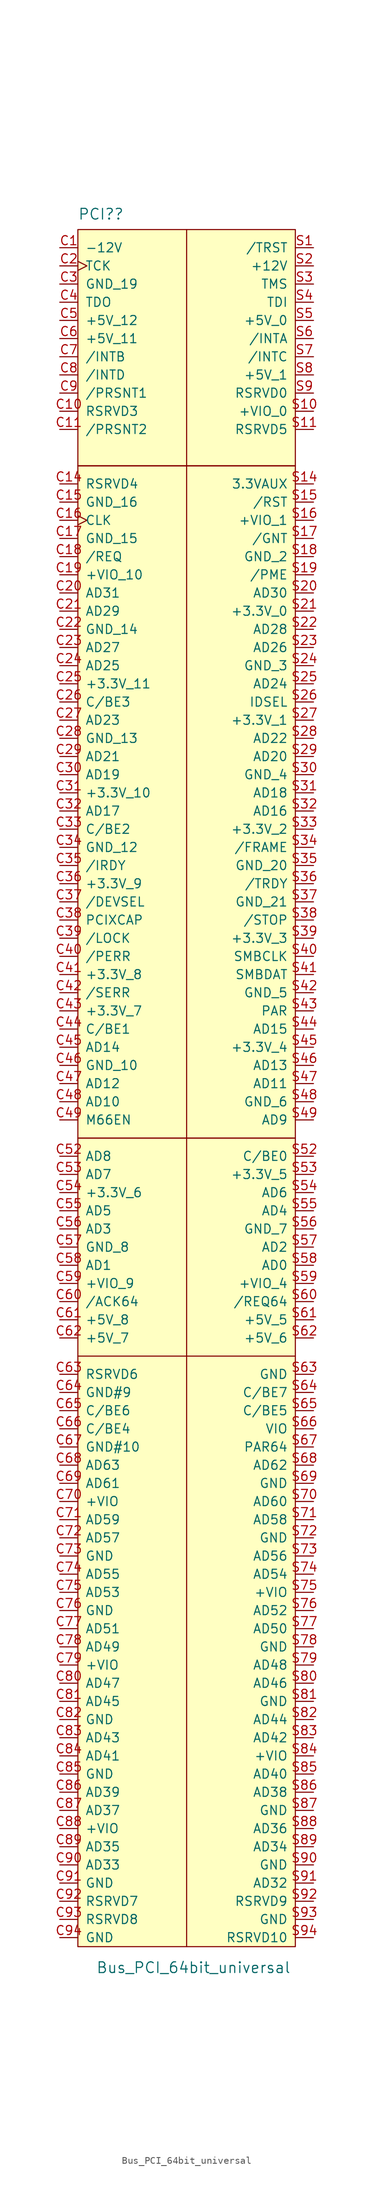
<source format=kicad_sym>
(kicad_symbol_lib
  (version 20211014)
  (generator kicad_symbol_editor)
  (symbol "Bus_PCI_64bit_universal"
    (pin_names
      (offset 1.016))
    (property "Reference" "PCI?"
      (at -15.24 120.65 0)
      (effects (font (size 1.499 1.499)) (justify left bottom)))
    (property "Value" "Bus_PCI_64bit_universal"
      (at -12.7 -124.46 0)
      (effects (font (size 1.499 1.499)) (justify left bottom)))
    (symbol "Bus_PCI_64bit_universal_0_0"
      (rectangle (start -15.24 119.38) (end 15.24 86.36) (stroke (width 0) (type default) (color 0 0 0 0)) (fill (type background))))
    (symbol "Bus_PCI_64bit_universal_1_0"
      (rectangle (start -15.24 -7.62) (end 15.24 -120.65) (stroke (width 0) (type default) (color 0 0 0 0)) (fill (type background)))
      (rectangle (start -15.24 86.36) (end 15.24 -7.62) (stroke (width 0) (type default) (color 0 0 0 0)) (fill (type background)))
      (polyline (pts (xy -15.24 -38.1) (xy 0 -38.1)) (stroke (width 0) (type default) (color 0 0 0 0)) (fill (type none)))
      (polyline (pts (xy 0 -120.65) (xy 0 119.38)) (stroke (width 0) (type default) (color 0 0 0 0)) (fill (type none)))
      (polyline (pts (xy 0 -38.1) (xy 15.24 -38.1)) (stroke (width 0) (type default) (color 0 0 0 0)) (fill (type none)))
      (rectangle (start 15.24 86.36) (end -15.24 86.36) (stroke (width 0) (type default) (color 0 0 0 0)) (fill (type none)))
      (pin power_in line (at -17.78 116.84 0) (length 2.54) (name "-12V" (effects (font (size 1.27 1.27)))) (number "C1" (effects (font (size 1.27 1.27)))))
      (pin passive line (at -17.78 93.98 0) (length 2.54) (name "RSRVD3" (effects (font (size 1.27 1.27)))) (number "C10" (effects (font (size 1.27 1.27)))))
      (pin passive line (at -17.78 91.44 0) (length 2.54) (name "/PRSNT2" (effects (font (size 1.27 1.27)))) (number "C11" (effects (font (size 1.27 1.27)))))
      (pin passive line (at -17.78 83.82 0) (length 2.54) (name "RSRVD4" (effects (font (size 1.27 1.27)))) (number "C14" (effects (font (size 1.27 1.27)))))
      (pin power_in line (at -17.78 81.28 0) (length 2.54) (name "GND_16" (effects (font (size 1.27 1.27)))) (number "C15" (effects (font (size 1.27 1.27)))))
      (pin output clock (at -17.78 78.74 0) (length 2.54) (name "CLK" (effects (font (size 1.27 1.27)))) (number "C16" (effects (font (size 1.27 1.27)))))
      (pin power_in line (at -17.78 76.2 0) (length 2.54) (name "GND_15" (effects (font (size 1.27 1.27)))) (number "C17" (effects (font (size 1.27 1.27)))))
      (pin tri_state line (at -17.78 73.66 0) (length 2.54) (name "/REQ" (effects (font (size 1.27 1.27)))) (number "C18" (effects (font (size 1.27 1.27)))))
      (pin power_in line (at -17.78 71.12 0) (length 2.54) (name "+VIO_10" (effects (font (size 1.27 1.27)))) (number "C19" (effects (font (size 1.27 1.27)))))
      (pin output clock (at -17.78 114.3 0) (length 2.54) (name "TCK" (effects (font (size 1.27 1.27)))) (number "C2" (effects (font (size 1.27 1.27)))))
      (pin bidirectional line (at -17.78 68.58 0) (length 2.54) (name "AD31" (effects (font (size 1.27 1.27)))) (number "C20" (effects (font (size 1.27 1.27)))))
      (pin bidirectional line (at -17.78 66.04 0) (length 2.54) (name "AD29" (effects (font (size 1.27 1.27)))) (number "C21" (effects (font (size 1.27 1.27)))))
      (pin power_in line (at -17.78 63.5 0) (length 2.54) (name "GND_14" (effects (font (size 1.27 1.27)))) (number "C22" (effects (font (size 1.27 1.27)))))
      (pin bidirectional line (at -17.78 60.96 0) (length 2.54) (name "AD27" (effects (font (size 1.27 1.27)))) (number "C23" (effects (font (size 1.27 1.27)))))
      (pin bidirectional line (at -17.78 58.42 0) (length 2.54) (name "AD25" (effects (font (size 1.27 1.27)))) (number "C24" (effects (font (size 1.27 1.27)))))
      (pin power_in line (at -17.78 55.88 0) (length 2.54) (name "+3.3V_11" (effects (font (size 1.27 1.27)))) (number "C25" (effects (font (size 1.27 1.27)))))
      (pin passive line (at -17.78 53.34 0) (length 2.54) (name "C/BE3" (effects (font (size 1.27 1.27)))) (number "C26" (effects (font (size 1.27 1.27)))))
      (pin bidirectional line (at -17.78 50.8 0) (length 2.54) (name "AD23" (effects (font (size 1.27 1.27)))) (number "C27" (effects (font (size 1.27 1.27)))))
      (pin power_in line (at -17.78 48.26 0) (length 2.54) (name "GND_13" (effects (font (size 1.27 1.27)))) (number "C28" (effects (font (size 1.27 1.27)))))
      (pin bidirectional line (at -17.78 45.72 0) (length 2.54) (name "AD21" (effects (font (size 1.27 1.27)))) (number "C29" (effects (font (size 1.27 1.27)))))
      (pin power_in line (at -17.78 111.76 0) (length 2.54) (name "GND_19" (effects (font (size 1.27 1.27)))) (number "C3" (effects (font (size 1.27 1.27)))))
      (pin bidirectional line (at -17.78 43.18 0) (length 2.54) (name "AD19" (effects (font (size 1.27 1.27)))) (number "C30" (effects (font (size 1.27 1.27)))))
      (pin power_in line (at -17.78 40.64 0) (length 2.54) (name "+3.3V_10" (effects (font (size 1.27 1.27)))) (number "C31" (effects (font (size 1.27 1.27)))))
      (pin bidirectional line (at -17.78 38.1 0) (length 2.54) (name "AD17" (effects (font (size 1.27 1.27)))) (number "C32" (effects (font (size 1.27 1.27)))))
      (pin tri_state line (at -17.78 35.56 0) (length 2.54) (name "C/BE2" (effects (font (size 1.27 1.27)))) (number "C33" (effects (font (size 1.27 1.27)))))
      (pin power_in line (at -17.78 33.02 0) (length 2.54) (name "GND_12" (effects (font (size 1.27 1.27)))) (number "C34" (effects (font (size 1.27 1.27)))))
      (pin passive line (at -17.78 30.48 0) (length 2.54) (name "/IRDY" (effects (font (size 1.27 1.27)))) (number "C35" (effects (font (size 1.27 1.27)))))
      (pin power_in line (at -17.78 27.94 0) (length 2.54) (name "+3.3V_9" (effects (font (size 1.27 1.27)))) (number "C36" (effects (font (size 1.27 1.27)))))
      (pin passive line (at -17.78 25.4 0) (length 2.54) (name "/DEVSEL" (effects (font (size 1.27 1.27)))) (number "C37" (effects (font (size 1.27 1.27)))))
      (pin passive line (at -17.78 22.86 0) (length 2.54) (name "PCIXCAP" (effects (font (size 1.27 1.27)))) (number "C38" (effects (font (size 1.27 1.27)))))
      (pin passive line (at -17.78 20.32 0) (length 2.54) (name "/LOCK" (effects (font (size 1.27 1.27)))) (number "C39" (effects (font (size 1.27 1.27)))))
      (pin output line (at -17.78 109.22 0) (length 2.54) (name "TDO" (effects (font (size 1.27 1.27)))) (number "C4" (effects (font (size 1.27 1.27)))))
      (pin passive line (at -17.78 17.78 0) (length 2.54) (name "/PERR" (effects (font (size 1.27 1.27)))) (number "C40" (effects (font (size 1.27 1.27)))))
      (pin power_in line (at -17.78 15.24 0) (length 2.54) (name "+3.3V_8" (effects (font (size 1.27 1.27)))) (number "C41" (effects (font (size 1.27 1.27)))))
      (pin passive line (at -17.78 12.7 0) (length 2.54) (name "/SERR" (effects (font (size 1.27 1.27)))) (number "C42" (effects (font (size 1.27 1.27)))))
      (pin power_in line (at -17.78 10.16 0) (length 2.54) (name "+3.3V_7" (effects (font (size 1.27 1.27)))) (number "C43" (effects (font (size 1.27 1.27)))))
      (pin tri_state line (at -17.78 7.62 0) (length 2.54) (name "C/BE1" (effects (font (size 1.27 1.27)))) (number "C44" (effects (font (size 1.27 1.27)))))
      (pin bidirectional line (at -17.78 5.08 0) (length 2.54) (name "AD14" (effects (font (size 1.27 1.27)))) (number "C45" (effects (font (size 1.27 1.27)))))
      (pin power_in line (at -17.78 2.54 0) (length 2.54) (name "GND_10" (effects (font (size 1.27 1.27)))) (number "C46" (effects (font (size 1.27 1.27)))))
      (pin bidirectional line (at -17.78 0 0) (length 2.54) (name "AD12" (effects (font (size 1.27 1.27)))) (number "C47" (effects (font (size 1.27 1.27)))))
      (pin bidirectional line (at -17.78 -2.54 0) (length 2.54) (name "AD10" (effects (font (size 1.27 1.27)))) (number "C48" (effects (font (size 1.27 1.27)))))
      (pin input line (at -17.78 -5.08 0) (length 2.54) (name "M66EN" (effects (font (size 1.27 1.27)))) (number "C49" (effects (font (size 1.27 1.27)))))
      (pin power_in line (at -17.78 106.68 0) (length 2.54) (name "+5V_12" (effects (font (size 1.27 1.27)))) (number "C5" (effects (font (size 1.27 1.27)))))
      (pin bidirectional line (at -17.78 -10.16 0) (length 2.54) (name "AD8" (effects (font (size 1.27 1.27)))) (number "C52" (effects (font (size 1.27 1.27)))))
      (pin bidirectional line (at -17.78 -12.7 0) (length 2.54) (name "AD7" (effects (font (size 1.27 1.27)))) (number "C53" (effects (font (size 1.27 1.27)))))
      (pin power_in line (at -17.78 -15.24 0) (length 2.54) (name "+3.3V_6" (effects (font (size 1.27 1.27)))) (number "C54" (effects (font (size 1.27 1.27)))))
      (pin bidirectional line (at -17.78 -17.78 0) (length 2.54) (name "AD5" (effects (font (size 1.27 1.27)))) (number "C55" (effects (font (size 1.27 1.27)))))
      (pin bidirectional line (at -17.78 -20.32 0) (length 2.54) (name "AD3" (effects (font (size 1.27 1.27)))) (number "C56" (effects (font (size 1.27 1.27)))))
      (pin power_in line (at -17.78 -22.86 0) (length 2.54) (name "GND_8" (effects (font (size 1.27 1.27)))) (number "C57" (effects (font (size 1.27 1.27)))))
      (pin bidirectional line (at -17.78 -25.4 0) (length 2.54) (name "AD1" (effects (font (size 1.27 1.27)))) (number "C58" (effects (font (size 1.27 1.27)))))
      (pin power_in line (at -17.78 -27.94 0) (length 2.54) (name "+VIO_9" (effects (font (size 1.27 1.27)))) (number "C59" (effects (font (size 1.27 1.27)))))
      (pin power_in line (at -17.78 104.14 0) (length 2.54) (name "+5V_11" (effects (font (size 1.27 1.27)))) (number "C6" (effects (font (size 1.27 1.27)))))
      (pin passive line (at -17.78 -30.48 0) (length 2.54) (name "/ACK64" (effects (font (size 1.27 1.27)))) (number "C60" (effects (font (size 1.27 1.27)))))
      (pin power_in line (at -17.78 -33.02 0) (length 2.54) (name "+5V_8" (effects (font (size 1.27 1.27)))) (number "C61" (effects (font (size 1.27 1.27)))))
      (pin power_in line (at -17.78 -35.56 0) (length 2.54) (name "+5V_7" (effects (font (size 1.27 1.27)))) (number "C62" (effects (font (size 1.27 1.27)))))
      (pin input line (at -17.78 101.6 0) (length 2.54) (name "/INTB" (effects (font (size 1.27 1.27)))) (number "C7" (effects (font (size 1.27 1.27)))))
      (pin input line (at -17.78 99.06 0) (length 2.54) (name "/INTD" (effects (font (size 1.27 1.27)))) (number "C8" (effects (font (size 1.27 1.27)))))
      (pin passive line (at -17.78 96.52 0) (length 2.54) (name "/PRSNT1" (effects (font (size 1.27 1.27)))) (number "C9" (effects (font (size 1.27 1.27)))))
      (pin output line (at 17.78 116.84 180) (length 2.54) (name "/TRST" (effects (font (size 1.27 1.27)))) (number "S1" (effects (font (size 1.27 1.27)))))
      (pin power_in line (at 17.78 93.98 180) (length 2.54) (name "+VIO_0" (effects (font (size 1.27 1.27)))) (number "S10" (effects (font (size 1.27 1.27)))))
      (pin passive line (at 17.78 91.44 180) (length 2.54) (name "RSRVD5" (effects (font (size 1.27 1.27)))) (number "S11" (effects (font (size 1.27 1.27)))))
      (pin passive line (at 17.78 83.82 180) (length 2.54) (name "3.3VAUX" (effects (font (size 1.27 1.27)))) (number "S14" (effects (font (size 1.27 1.27)))))
      (pin input line (at 17.78 81.28 180) (length 2.54) (name "/RST" (effects (font (size 1.27 1.27)))) (number "S15" (effects (font (size 1.27 1.27)))))
      (pin power_in line (at 17.78 78.74 180) (length 2.54) (name "+VIO_1" (effects (font (size 1.27 1.27)))) (number "S16" (effects (font (size 1.27 1.27)))))
      (pin passive line (at 17.78 76.2 180) (length 2.54) (name "/GNT" (effects (font (size 1.27 1.27)))) (number "S17" (effects (font (size 1.27 1.27)))))
      (pin power_in line (at 17.78 73.66 180) (length 2.54) (name "GND_2" (effects (font (size 1.27 1.27)))) (number "S18" (effects (font (size 1.27 1.27)))))
      (pin passive line (at 17.78 71.12 180) (length 2.54) (name "/PME" (effects (font (size 1.27 1.27)))) (number "S19" (effects (font (size 1.27 1.27)))))
      (pin power_in line (at 17.78 114.3 180) (length 2.54) (name "+12V" (effects (font (size 1.27 1.27)))) (number "S2" (effects (font (size 1.27 1.27)))))
      (pin bidirectional line (at 17.78 68.58 180) (length 2.54) (name "AD30" (effects (font (size 1.27 1.27)))) (number "S20" (effects (font (size 1.27 1.27)))))
      (pin power_in line (at 17.78 66.04 180) (length 2.54) (name "+3.3V_0" (effects (font (size 1.27 1.27)))) (number "S21" (effects (font (size 1.27 1.27)))))
      (pin bidirectional line (at 17.78 63.5 180) (length 2.54) (name "AD28" (effects (font (size 1.27 1.27)))) (number "S22" (effects (font (size 1.27 1.27)))))
      (pin bidirectional line (at 17.78 60.96 180) (length 2.54) (name "AD26" (effects (font (size 1.27 1.27)))) (number "S23" (effects (font (size 1.27 1.27)))))
      (pin power_in line (at 17.78 58.42 180) (length 2.54) (name "GND_3" (effects (font (size 1.27 1.27)))) (number "S24" (effects (font (size 1.27 1.27)))))
      (pin bidirectional line (at 17.78 55.88 180) (length 2.54) (name "AD24" (effects (font (size 1.27 1.27)))) (number "S25" (effects (font (size 1.27 1.27)))))
      (pin output line (at 17.78 53.34 180) (length 2.54) (name "IDSEL" (effects (font (size 1.27 1.27)))) (number "S26" (effects (font (size 1.27 1.27)))))
      (pin power_in line (at 17.78 50.8 180) (length 2.54) (name "+3.3V_1" (effects (font (size 1.27 1.27)))) (number "S27" (effects (font (size 1.27 1.27)))))
      (pin bidirectional line (at 17.78 48.26 180) (length 2.54) (name "AD22" (effects (font (size 1.27 1.27)))) (number "S28" (effects (font (size 1.27 1.27)))))
      (pin bidirectional line (at 17.78 45.72 180) (length 2.54) (name "AD20" (effects (font (size 1.27 1.27)))) (number "S29" (effects (font (size 1.27 1.27)))))
      (pin output line (at 17.78 111.76 180) (length 2.54) (name "TMS" (effects (font (size 1.27 1.27)))) (number "S3" (effects (font (size 1.27 1.27)))))
      (pin power_in line (at 17.78 43.18 180) (length 2.54) (name "GND_4" (effects (font (size 1.27 1.27)))) (number "S30" (effects (font (size 1.27 1.27)))))
      (pin bidirectional line (at 17.78 40.64 180) (length 2.54) (name "AD18" (effects (font (size 1.27 1.27)))) (number "S31" (effects (font (size 1.27 1.27)))))
      (pin bidirectional line (at 17.78 38.1 180) (length 2.54) (name "AD16" (effects (font (size 1.27 1.27)))) (number "S32" (effects (font (size 1.27 1.27)))))
      (pin power_in line (at 17.78 35.56 180) (length 2.54) (name "+3.3V_2" (effects (font (size 1.27 1.27)))) (number "S33" (effects (font (size 1.27 1.27)))))
      (pin input line (at 17.78 33.02 180) (length 2.54) (name "/FRAME" (effects (font (size 1.27 1.27)))) (number "S34" (effects (font (size 1.27 1.27)))))
      (pin power_in line (at 17.78 30.48 180) (length 2.54) (name "GND_20" (effects (font (size 1.27 1.27)))) (number "S35" (effects (font (size 1.27 1.27)))))
      (pin passive line (at 17.78 27.94 180) (length 2.54) (name "/TRDY" (effects (font (size 1.27 1.27)))) (number "S36" (effects (font (size 1.27 1.27)))))
      (pin passive line (at 17.78 25.4 180) (length 2.54) (name "GND_21" (effects (font (size 1.27 1.27)))) (number "S37" (effects (font (size 1.27 1.27)))))
      (pin passive line (at 17.78 22.86 180) (length 2.54) (name "/STOP" (effects (font (size 1.27 1.27)))) (number "S38" (effects (font (size 1.27 1.27)))))
      (pin passive line (at 17.78 20.32 180) (length 2.54) (name "+3.3V_3" (effects (font (size 1.27 1.27)))) (number "S39" (effects (font (size 1.27 1.27)))))
      (pin input line (at 17.78 109.22 180) (length 2.54) (name "TDI" (effects (font (size 1.27 1.27)))) (number "S4" (effects (font (size 1.27 1.27)))))
      (pin passive line (at 17.78 17.78 180) (length 2.54) (name "SMBCLK" (effects (font (size 1.27 1.27)))) (number "S40" (effects (font (size 1.27 1.27)))))
      (pin passive line (at 17.78 15.24 180) (length 2.54) (name "SMBDAT" (effects (font (size 1.27 1.27)))) (number "S41" (effects (font (size 1.27 1.27)))))
      (pin power_in line (at 17.78 12.7 180) (length 2.54) (name "GND_5" (effects (font (size 1.27 1.27)))) (number "S42" (effects (font (size 1.27 1.27)))))
      (pin tri_state line (at 17.78 10.16 180) (length 2.54) (name "PAR" (effects (font (size 1.27 1.27)))) (number "S43" (effects (font (size 1.27 1.27)))))
      (pin bidirectional line (at 17.78 7.62 180) (length 2.54) (name "AD15" (effects (font (size 1.27 1.27)))) (number "S44" (effects (font (size 1.27 1.27)))))
      (pin power_in line (at 17.78 5.08 180) (length 2.54) (name "+3.3V_4" (effects (font (size 1.27 1.27)))) (number "S45" (effects (font (size 1.27 1.27)))))
      (pin bidirectional line (at 17.78 2.54 180) (length 2.54) (name "AD13" (effects (font (size 1.27 1.27)))) (number "S46" (effects (font (size 1.27 1.27)))))
      (pin bidirectional line (at 17.78 0 180) (length 2.54) (name "AD11" (effects (font (size 1.27 1.27)))) (number "S47" (effects (font (size 1.27 1.27)))))
      (pin power_in line (at 17.78 -2.54 180) (length 2.54) (name "GND_6" (effects (font (size 1.27 1.27)))) (number "S48" (effects (font (size 1.27 1.27)))))
      (pin bidirectional line (at 17.78 -5.08 180) (length 2.54) (name "AD9" (effects (font (size 1.27 1.27)))) (number "S49" (effects (font (size 1.27 1.27)))))
      (pin power_in line (at 17.78 106.68 180) (length 2.54) (name "+5V_0" (effects (font (size 1.27 1.27)))) (number "S5" (effects (font (size 1.27 1.27)))))
      (pin bidirectional line (at 17.78 -10.16 180) (length 2.54) (name "C/BE0" (effects (font (size 1.27 1.27)))) (number "S52" (effects (font (size 1.27 1.27)))))
      (pin power_in line (at 17.78 -12.7 180) (length 2.54) (name "+3.3V_5" (effects (font (size 1.27 1.27)))) (number "S53" (effects (font (size 1.27 1.27)))))
      (pin bidirectional line (at 17.78 -15.24 180) (length 2.54) (name "AD6" (effects (font (size 1.27 1.27)))) (number "S54" (effects (font (size 1.27 1.27)))))
      (pin bidirectional line (at 17.78 -17.78 180) (length 2.54) (name "AD4" (effects (font (size 1.27 1.27)))) (number "S55" (effects (font (size 1.27 1.27)))))
      (pin power_in line (at 17.78 -20.32 180) (length 2.54) (name "GND_7" (effects (font (size 1.27 1.27)))) (number "S56" (effects (font (size 1.27 1.27)))))
      (pin bidirectional line (at 17.78 -22.86 180) (length 2.54) (name "AD2" (effects (font (size 1.27 1.27)))) (number "S57" (effects (font (size 1.27 1.27)))))
      (pin bidirectional line (at 17.78 -25.4 180) (length 2.54) (name "AD0" (effects (font (size 1.27 1.27)))) (number "S58" (effects (font (size 1.27 1.27)))))
      (pin power_in line (at 17.78 -27.94 180) (length 2.54) (name "+VIO_4" (effects (font (size 1.27 1.27)))) (number "S59" (effects (font (size 1.27 1.27)))))
      (pin input line (at 17.78 104.14 180) (length 2.54) (name "/INTA" (effects (font (size 1.27 1.27)))) (number "S6" (effects (font (size 1.27 1.27)))))
      (pin bidirectional line (at 17.78 -30.48 180) (length 2.54) (name "/REQ64" (effects (font (size 1.27 1.27)))) (number "S60" (effects (font (size 1.27 1.27)))))
      (pin power_in line (at 17.78 -33.02 180) (length 2.54) (name "+5V_5" (effects (font (size 1.27 1.27)))) (number "S61" (effects (font (size 1.27 1.27)))))
      (pin power_in line (at 17.78 -35.56 180) (length 2.54) (name "+5V_6" (effects (font (size 1.27 1.27)))) (number "S62" (effects (font (size 1.27 1.27)))))
      (pin input line (at 17.78 101.6 180) (length 2.54) (name "/INTC" (effects (font (size 1.27 1.27)))) (number "S7" (effects (font (size 1.27 1.27)))))
      (pin power_in line (at 17.78 99.06 180) (length 2.54) (name "+5V_1" (effects (font (size 1.27 1.27)))) (number "S8" (effects (font (size 1.27 1.27)))))
      (pin passive line (at 17.78 96.52 180) (length 2.54) (name "RSRVD0" (effects (font (size 1.27 1.27)))) (number "S9" (effects (font (size 1.27 1.27))))))
    (symbol "Bus_PCI_64bit_universal_1_1"
      (pin passive line (at -17.78 -40.64 0) (length 2.54) (name "RSRVD6" (effects (font (size 1.27 1.27)))) (number "C63" (effects (font (size 1.27 1.27)))))
      (pin power_in line (at -17.78 -43.18 0) (length 2.54) (name "GND#9" (effects (font (size 1.27 1.27)))) (number "C64" (effects (font (size 1.27 1.27)))))
      (pin tri_state line (at -17.78 -45.72 0) (length 2.54) (name "C/BE6" (effects (font (size 1.27 1.27)))) (number "C65" (effects (font (size 1.27 1.27)))))
      (pin tri_state line (at -17.78 -48.26 0) (length 2.54) (name "C/BE4" (effects (font (size 1.27 1.27)))) (number "C66" (effects (font (size 1.27 1.27)))))
      (pin power_in line (at -17.78 -50.8 0) (length 2.54) (name "GND#10" (effects (font (size 1.27 1.27)))) (number "C67" (effects (font (size 1.27 1.27)))))
      (pin bidirectional line (at -17.78 -53.34 0) (length 2.54) (name "AD63" (effects (font (size 1.27 1.27)))) (number "C68" (effects (font (size 1.27 1.27)))))
      (pin bidirectional line (at -17.78 -55.88 0) (length 2.54) (name "AD61" (effects (font (size 1.27 1.27)))) (number "C69" (effects (font (size 1.27 1.27)))))
      (pin power_out line (at -17.78 -58.42 0) (length 2.54) (name "+VIO" (effects (font (size 1.27 1.27)))) (number "C70" (effects (font (size 1.27 1.27)))))
      (pin bidirectional line (at -17.78 -60.96 0) (length 2.54) (name "AD59" (effects (font (size 1.27 1.27)))) (number "C71" (effects (font (size 1.27 1.27)))))
      (pin bidirectional line (at -17.78 -63.5 0) (length 2.54) (name "AD57" (effects (font (size 1.27 1.27)))) (number "C72" (effects (font (size 1.27 1.27)))))
      (pin power_in line (at -17.78 -66.04 0) (length 2.54) (name "GND" (effects (font (size 1.27 1.27)))) (number "C73" (effects (font (size 1.27 1.27)))))
      (pin bidirectional line (at -17.78 -68.58 0) (length 2.54) (name "AD55" (effects (font (size 1.27 1.27)))) (number "C74" (effects (font (size 1.27 1.27)))))
      (pin bidirectional line (at -17.78 -71.12 0) (length 2.54) (name "AD53" (effects (font (size 1.27 1.27)))) (number "C75" (effects (font (size 1.27 1.27)))))
      (pin power_in line (at -17.78 -73.66 0) (length 2.54) (name "GND" (effects (font (size 1.27 1.27)))) (number "C76" (effects (font (size 1.27 1.27)))))
      (pin bidirectional line (at -17.78 -76.2 0) (length 2.54) (name "AD51" (effects (font (size 1.27 1.27)))) (number "C77" (effects (font (size 1.27 1.27)))))
      (pin bidirectional line (at -17.78 -78.74 0) (length 2.54) (name "AD49" (effects (font (size 1.27 1.27)))) (number "C78" (effects (font (size 1.27 1.27)))))
      (pin input line (at -17.78 -81.28 0) (length 2.54) (name "+VIO" (effects (font (size 1.27 1.27)))) (number "C79" (effects (font (size 1.27 1.27)))))
      (pin bidirectional line (at -17.78 -83.82 0) (length 2.54) (name "AD47" (effects (font (size 1.27 1.27)))) (number "C80" (effects (font (size 1.27 1.27)))))
      (pin bidirectional line (at -17.78 -86.36 0) (length 2.54) (name "AD45" (effects (font (size 1.27 1.27)))) (number "C81" (effects (font (size 1.27 1.27)))))
      (pin input line (at -17.78 -88.9 0) (length 2.54) (name "GND" (effects (font (size 1.27 1.27)))) (number "C82" (effects (font (size 1.27 1.27)))))
      (pin bidirectional line (at -17.78 -91.44 0) (length 2.54) (name "AD43" (effects (font (size 1.27 1.27)))) (number "C83" (effects (font (size 1.27 1.27)))))
      (pin bidirectional line (at -17.78 -93.98 0) (length 2.54) (name "AD41" (effects (font (size 1.27 1.27)))) (number "C84" (effects (font (size 1.27 1.27)))))
      (pin power_in line (at -17.78 -96.52 0) (length 2.54) (name "GND" (effects (font (size 1.27 1.27)))) (number "C85" (effects (font (size 1.27 1.27)))))
      (pin bidirectional line (at -17.78 -99.06 0) (length 2.54) (name "AD39" (effects (font (size 1.27 1.27)))) (number "C86" (effects (font (size 1.27 1.27)))))
      (pin bidirectional line (at -17.78 -101.6 0) (length 2.54) (name "AD37" (effects (font (size 1.27 1.27)))) (number "C87" (effects (font (size 1.27 1.27)))))
      (pin passive line (at -17.78 -104.14 0) (length 2.54) (name "+VIO" (effects (font (size 1.27 1.27)))) (number "C88" (effects (font (size 1.27 1.27)))))
      (pin bidirectional line (at -17.78 -106.68 0) (length 2.54) (name "AD35" (effects (font (size 1.27 1.27)))) (number "C89" (effects (font (size 1.27 1.27)))))
      (pin bidirectional line (at -17.78 -109.22 0) (length 2.54) (name "AD33" (effects (font (size 1.27 1.27)))) (number "C90" (effects (font (size 1.27 1.27)))))
      (pin power_in line (at -17.78 -111.76 0) (length 2.54) (name "GND" (effects (font (size 1.27 1.27)))) (number "C91" (effects (font (size 1.27 1.27)))))
      (pin passive line (at -17.78 -114.3 0) (length 2.54) (name "RSRVD7" (effects (font (size 1.27 1.27)))) (number "C92" (effects (font (size 1.27 1.27)))))
      (pin passive line (at -17.78 -116.84 0) (length 2.54) (name "RSRVD8" (effects (font (size 1.27 1.27)))) (number "C93" (effects (font (size 1.27 1.27)))))
      (pin power_in line (at -17.78 -119.38 0) (length 2.54) (name "GND" (effects (font (size 1.27 1.27)))) (number "C94" (effects (font (size 1.27 1.27)))))
      (pin power_in line (at 17.78 -40.64 180) (length 2.54) (name "GND" (effects (font (size 1.27 1.27)))) (number "S63" (effects (font (size 1.27 1.27)))))
      (pin tri_state line (at 17.78 -43.18 180) (length 2.54) (name "C/BE7" (effects (font (size 1.27 1.27)))) (number "S64" (effects (font (size 1.27 1.27)))))
      (pin tri_state line (at 17.78 -45.72 180) (length 2.54) (name "C/BE5" (effects (font (size 1.27 1.27)))) (number "S65" (effects (font (size 1.27 1.27)))))
      (pin input line (at 17.78 -48.26 180) (length 2.54) (name "VIO" (effects (font (size 1.27 1.27)))) (number "S66" (effects (font (size 1.27 1.27)))))
      (pin tri_state line (at 17.78 -50.8 180) (length 2.54) (name "PAR64" (effects (font (size 1.27 1.27)))) (number "S67" (effects (font (size 1.27 1.27)))))
      (pin bidirectional line (at 17.78 -53.34 180) (length 2.54) (name "AD62" (effects (font (size 1.27 1.27)))) (number "S68" (effects (font (size 1.27 1.27)))))
      (pin power_in line (at 17.78 -55.88 180) (length 2.54) (name "GND" (effects (font (size 1.27 1.27)))) (number "S69" (effects (font (size 1.27 1.27)))))
      (pin bidirectional line (at 17.78 -58.42 180) (length 2.54) (name "AD60" (effects (font (size 1.27 1.27)))) (number "S70" (effects (font (size 1.27 1.27)))))
      (pin bidirectional line (at 17.78 -60.96 180) (length 2.54) (name "AD58" (effects (font (size 1.27 1.27)))) (number "S71" (effects (font (size 1.27 1.27)))))
      (pin power_in line (at 17.78 -63.5 180) (length 2.54) (name "GND" (effects (font (size 1.27 1.27)))) (number "S72" (effects (font (size 1.27 1.27)))))
      (pin bidirectional line (at 17.78 -66.04 180) (length 2.54) (name "AD56" (effects (font (size 1.27 1.27)))) (number "S73" (effects (font (size 1.27 1.27)))))
      (pin bidirectional line (at 17.78 -68.58 180) (length 2.54) (name "AD54" (effects (font (size 1.27 1.27)))) (number "S74" (effects (font (size 1.27 1.27)))))
      (pin power_in line (at 17.78 -71.12 180) (length 2.54) (name "+VIO" (effects (font (size 1.27 1.27)))) (number "S75" (effects (font (size 1.27 1.27)))))
      (pin bidirectional line (at 17.78 -73.66 180) (length 2.54) (name "AD52" (effects (font (size 1.27 1.27)))) (number "S76" (effects (font (size 1.27 1.27)))))
      (pin bidirectional line (at 17.78 -76.2 180) (length 2.54) (name "AD50" (effects (font (size 1.27 1.27)))) (number "S77" (effects (font (size 1.27 1.27)))))
      (pin power_in line (at 17.78 -78.74 180) (length 2.54) (name "GND" (effects (font (size 1.27 1.27)))) (number "S78" (effects (font (size 1.27 1.27)))))
      (pin bidirectional line (at 17.78 -81.28 180) (length 2.54) (name "AD48" (effects (font (size 1.27 1.27)))) (number "S79" (effects (font (size 1.27 1.27)))))
      (pin bidirectional line (at 17.78 -83.82 180) (length 2.54) (name "AD46" (effects (font (size 1.27 1.27)))) (number "S80" (effects (font (size 1.27 1.27)))))
      (pin power_in line (at 17.78 -86.36 180) (length 2.54) (name "GND" (effects (font (size 1.27 1.27)))) (number "S81" (effects (font (size 1.27 1.27)))))
      (pin bidirectional line (at 17.78 -88.9 180) (length 2.54) (name "AD44" (effects (font (size 1.27 1.27)))) (number "S82" (effects (font (size 1.27 1.27)))))
      (pin bidirectional line (at 17.78 -91.44 180) (length 2.54) (name "AD42" (effects (font (size 1.27 1.27)))) (number "S83" (effects (font (size 1.27 1.27)))))
      (pin power_in line (at 17.78 -93.98 180) (length 2.54) (name "+VIO" (effects (font (size 1.27 1.27)))) (number "S84" (effects (font (size 1.27 1.27)))))
      (pin bidirectional line (at 17.78 -96.52 180) (length 2.54) (name "AD40" (effects (font (size 1.27 1.27)))) (number "S85" (effects (font (size 1.27 1.27)))))
      (pin bidirectional line (at 17.78 -99.06 180) (length 2.54) (name "AD38" (effects (font (size 1.27 1.27)))) (number "S86" (effects (font (size 1.27 1.27)))))
      (pin power_in line (at 17.78 -101.6 180) (length 2.54) (name "GND" (effects (font (size 1.27 1.27)))) (number "S87" (effects (font (size 1.27 1.27)))))
      (pin bidirectional line (at 17.78 -104.14 180) (length 2.54) (name "AD36" (effects (font (size 1.27 1.27)))) (number "S88" (effects (font (size 1.27 1.27)))))
      (pin bidirectional line (at 17.78 -106.68 180) (length 2.54) (name "AD34" (effects (font (size 1.27 1.27)))) (number "S89" (effects (font (size 1.27 1.27)))))
      (pin power_in line (at 17.78 -109.22 180) (length 2.54) (name "GND" (effects (font (size 1.27 1.27)))) (number "S90" (effects (font (size 1.27 1.27)))))
      (pin bidirectional line (at 17.78 -111.76 180) (length 2.54) (name "AD32" (effects (font (size 1.27 1.27)))) (number "S91" (effects (font (size 1.27 1.27)))))
      (pin passive line (at 17.78 -114.3 180) (length 2.54) (name "RSRVD9" (effects (font (size 1.27 1.27)))) (number "S92" (effects (font (size 1.27 1.27)))))
      (pin power_in line (at 17.78 -116.84 180) (length 2.54) (name "GND" (effects (font (size 1.27 1.27)))) (number "S93" (effects (font (size 1.27 1.27)))))
      (pin passive line (at 17.78 -119.38 180) (length 2.54) (name "RSRVD10" (effects (font (size 1.27 1.27)))) (number "S94" (effects (font (size 1.27 1.27))))))))
</source>
